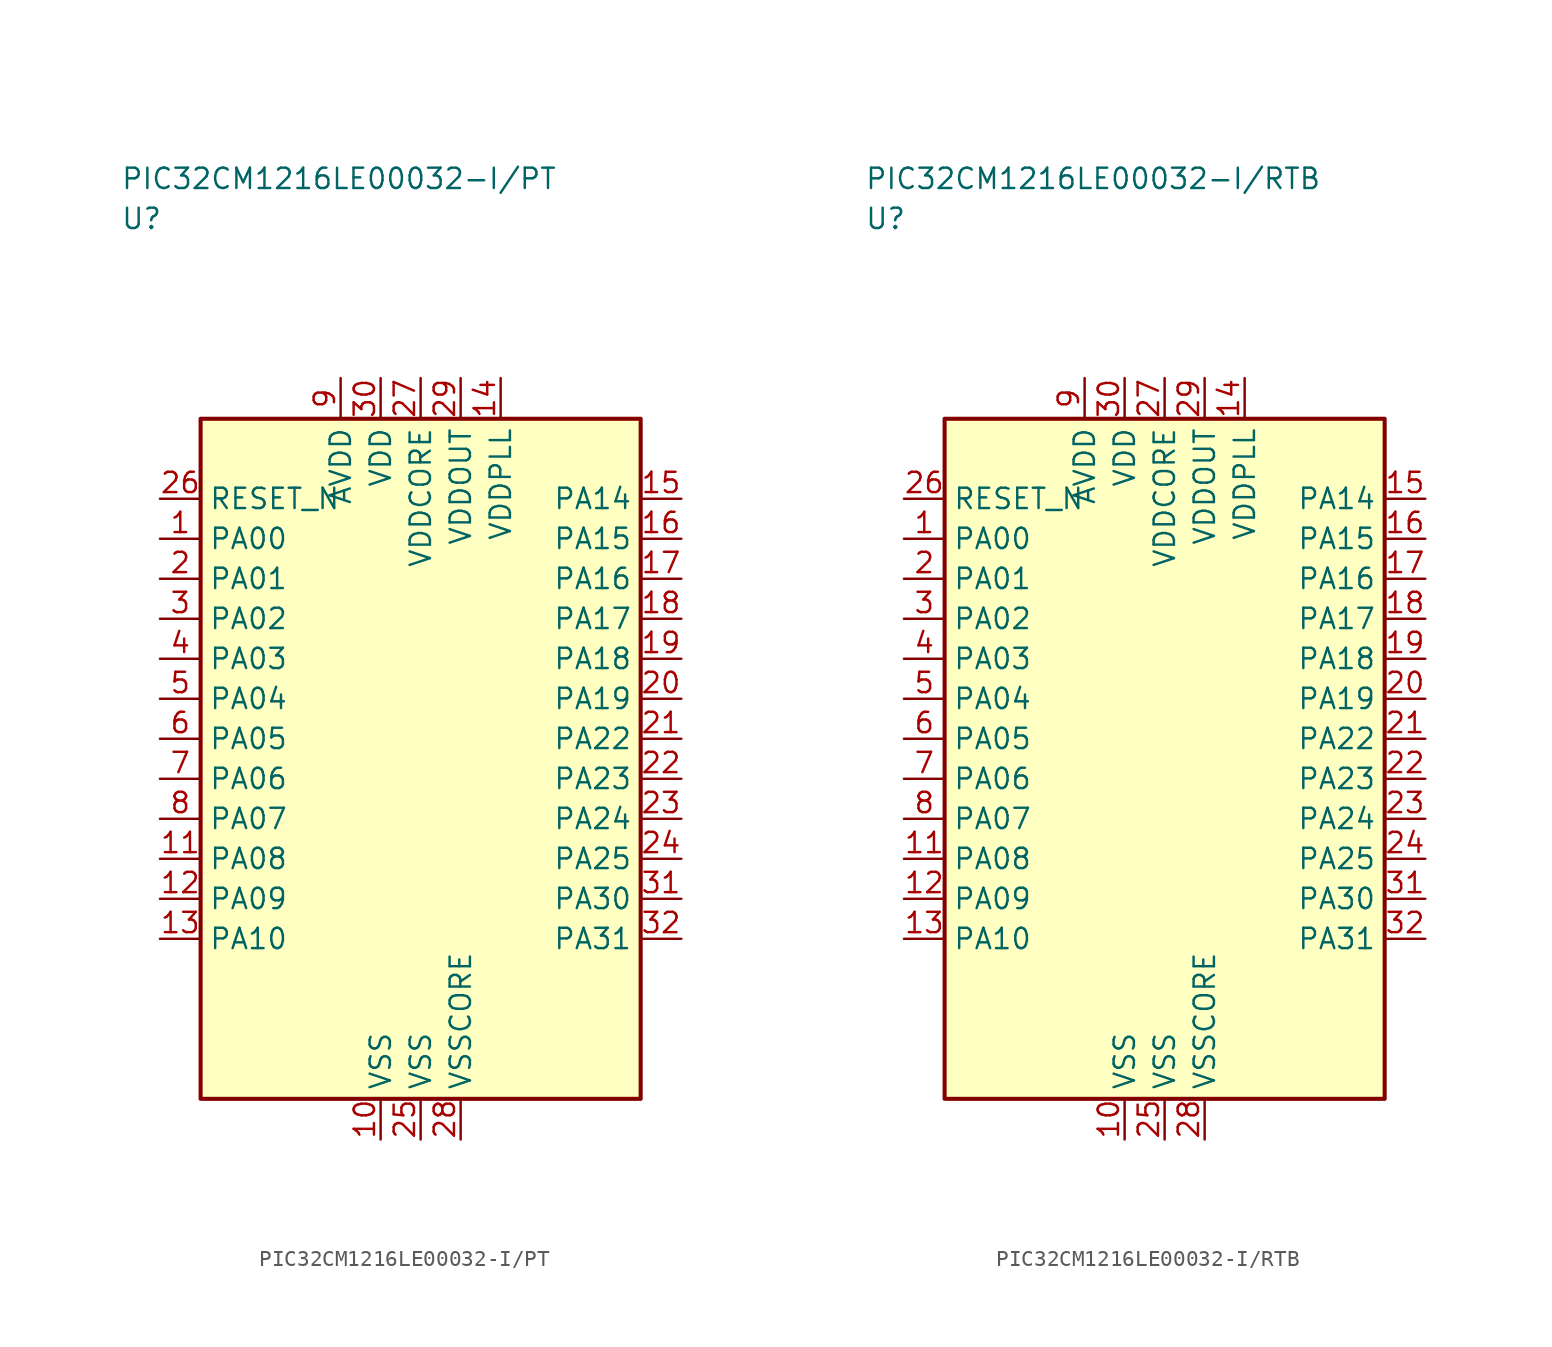
<source format=kicad_sym>
(kicad_symbol_lib
  (version 20241025)
  (generator "kicad_symbol_editor")
  (generator_version "8.0")
  (symbol "PIC32CM1216LE00032-I/PT"
    (property "Reference" "U"
      (at -18.75 33.75 0)
      (effects (font (size 1.27 1.27)) (justify left)))
    (property "Value" "PIC32CM1216LE00032-I/PT"
      (at -18.75 36.25 0)
      (effects (font (size 1.27 1.27)) (justify left)))
    (symbol "PIC32CM1216LE00032-I/PT_0_1"
      (rectangle (start -13.75 21.25) (end 13.75 -21.25) (stroke (width 0.254) (type default)) (fill (type background))))
    (symbol "PIC32CM1216LE00032-I/PT_1_1"
      (pin bidirectional line (at -16.29 13.75 0.0) (length 2.54) (name "PA00" (effects (font (size 1.27 1.27)))) (number "1" (effects (font (size 1.27 1.27)))))
      (pin bidirectional line (at -16.29 11.25 0.0) (length 2.54) (name "PA01" (effects (font (size 1.27 1.27)))) (number "2" (effects (font (size 1.27 1.27)))))
      (pin bidirectional line (at -16.29 8.75 0.0) (length 2.54) (name "PA02" (effects (font (size 1.27 1.27)))) (number "3" (effects (font (size 1.27 1.27)))))
      (pin bidirectional line (at -16.29 6.25 0.0) (length 2.54) (name "PA03" (effects (font (size 1.27 1.27)))) (number "4" (effects (font (size 1.27 1.27)))))
      (pin bidirectional line (at -16.29 3.75 0.0) (length 2.54) (name "PA04" (effects (font (size 1.27 1.27)))) (number "5" (effects (font (size 1.27 1.27)))))
      (pin bidirectional line (at -16.29 1.25 0.0) (length 2.54) (name "PA05" (effects (font (size 1.27 1.27)))) (number "6" (effects (font (size 1.27 1.27)))))
      (pin bidirectional line (at -16.29 -1.25 0.0) (length 2.54) (name "PA06" (effects (font (size 1.27 1.27)))) (number "7" (effects (font (size 1.27 1.27)))))
      (pin bidirectional line (at -16.29 -3.75 0.0) (length 2.54) (name "PA07" (effects (font (size 1.27 1.27)))) (number "8" (effects (font (size 1.27 1.27)))))
      (pin power_in line (at -5.0 23.79 270.0) (length 2.54) (name "AVDD" (effects (font (size 1.27 1.27)))) (number "9" (effects (font (size 1.27 1.27)))))
      (pin passive line (at -2.5 -23.79 90.0) (length 2.54) (name "VSS" (effects (font (size 1.27 1.27)))) (number "10" (effects (font (size 1.27 1.27)))))
      (pin bidirectional line (at -16.29 -6.25 0.0) (length 2.54) (name "PA08" (effects (font (size 1.27 1.27)))) (number "11" (effects (font (size 1.27 1.27)))))
      (pin bidirectional line (at -16.29 -8.75 0.0) (length 2.54) (name "PA09" (effects (font (size 1.27 1.27)))) (number "12" (effects (font (size 1.27 1.27)))))
      (pin bidirectional line (at -16.29 -11.25 0.0) (length 2.54) (name "PA10" (effects (font (size 1.27 1.27)))) (number "13" (effects (font (size 1.27 1.27)))))
      (pin power_in line (at 5.0 23.79 270.0) (length 2.54) (name "VDDPLL" (effects (font (size 1.27 1.27)))) (number "14" (effects (font (size 1.27 1.27)))))
      (pin bidirectional line (at 16.29 16.25 180.0) (length 2.54) (name "PA14" (effects (font (size 1.27 1.27)))) (number "15" (effects (font (size 1.27 1.27)))))
      (pin bidirectional line (at 16.29 13.75 180.0) (length 2.54) (name "PA15" (effects (font (size 1.27 1.27)))) (number "16" (effects (font (size 1.27 1.27)))))
      (pin bidirectional line (at 16.29 11.25 180.0) (length 2.54) (name "PA16" (effects (font (size 1.27 1.27)))) (number "17" (effects (font (size 1.27 1.27)))))
      (pin bidirectional line (at 16.29 8.75 180.0) (length 2.54) (name "PA17" (effects (font (size 1.27 1.27)))) (number "18" (effects (font (size 1.27 1.27)))))
      (pin bidirectional line (at 16.29 6.25 180.0) (length 2.54) (name "PA18" (effects (font (size 1.27 1.27)))) (number "19" (effects (font (size 1.27 1.27)))))
      (pin bidirectional line (at 16.29 3.75 180.0) (length 2.54) (name "PA19" (effects (font (size 1.27 1.27)))) (number "20" (effects (font (size 1.27 1.27)))))
      (pin bidirectional line (at 16.29 1.25 180.0) (length 2.54) (name "PA22" (effects (font (size 1.27 1.27)))) (number "21" (effects (font (size 1.27 1.27)))))
      (pin bidirectional line (at 16.29 -1.25 180.0) (length 2.54) (name "PA23" (effects (font (size 1.27 1.27)))) (number "22" (effects (font (size 1.27 1.27)))))
      (pin bidirectional line (at 16.29 -3.75 180.0) (length 2.54) (name "PA24" (effects (font (size 1.27 1.27)))) (number "23" (effects (font (size 1.27 1.27)))))
      (pin bidirectional line (at 16.29 -6.25 180.0) (length 2.54) (name "PA25" (effects (font (size 1.27 1.27)))) (number "24" (effects (font (size 1.27 1.27)))))
      (pin passive line (at 0.0 -23.79 90.0) (length 2.54) (name "VSS" (effects (font (size 1.27 1.27)))) (number "25" (effects (font (size 1.27 1.27)))))
      (pin input line (at -16.29 16.25 0.0) (length 2.54) (name "RESET_N" (effects (font (size 1.27 1.27)))) (number "26" (effects (font (size 1.27 1.27)))))
      (pin power_in line (at 0.0 23.79 270.0) (length 2.54) (name "VDDCORE" (effects (font (size 1.27 1.27)))) (number "27" (effects (font (size 1.27 1.27)))))
      (pin passive line (at 2.5 -23.79 90.0) (length 2.54) (name "VSSCORE" (effects (font (size 1.27 1.27)))) (number "28" (effects (font (size 1.27 1.27)))))
      (pin power_in line (at 2.5 23.79 270.0) (length 2.54) (name "VDDOUT" (effects (font (size 1.27 1.27)))) (number "29" (effects (font (size 1.27 1.27)))))
      (pin power_in line (at -2.5 23.79 270.0) (length 2.54) (name "VDD" (effects (font (size 1.27 1.27)))) (number "30" (effects (font (size 1.27 1.27)))))
      (pin bidirectional line (at 16.29 -8.75 180.0) (length 2.54) (name "PA30" (effects (font (size 1.27 1.27)))) (number "31" (effects (font (size 1.27 1.27)))))
      (pin bidirectional line (at 16.29 -11.25 180.0) (length 2.54) (name "PA31" (effects (font (size 1.27 1.27)))) (number "32" (effects (font (size 1.27 1.27)))))))
  (symbol "PIC32CM1216LE00032-I/RTB"
    (property "Reference" "U"
      (at -18.75 33.75 0)
      (effects (font (size 1.27 1.27)) (justify left)))
    (property "Value" "PIC32CM1216LE00032-I/RTB"
      (at -18.75 36.25 0)
      (effects (font (size 1.27 1.27)) (justify left)))
    (symbol "PIC32CM1216LE00032-I/RTB_0_1"
      (rectangle (start -13.75 21.25) (end 13.75 -21.25) (stroke (width 0.254) (type default)) (fill (type background))))
    (symbol "PIC32CM1216LE00032-I/RTB_1_1"
      (pin bidirectional line (at -16.29 13.75 0.0) (length 2.54) (name "PA00" (effects (font (size 1.27 1.27)))) (number "1" (effects (font (size 1.27 1.27)))))
      (pin bidirectional line (at -16.29 11.25 0.0) (length 2.54) (name "PA01" (effects (font (size 1.27 1.27)))) (number "2" (effects (font (size 1.27 1.27)))))
      (pin bidirectional line (at -16.29 8.75 0.0) (length 2.54) (name "PA02" (effects (font (size 1.27 1.27)))) (number "3" (effects (font (size 1.27 1.27)))))
      (pin bidirectional line (at -16.29 6.25 0.0) (length 2.54) (name "PA03" (effects (font (size 1.27 1.27)))) (number "4" (effects (font (size 1.27 1.27)))))
      (pin bidirectional line (at -16.29 3.75 0.0) (length 2.54) (name "PA04" (effects (font (size 1.27 1.27)))) (number "5" (effects (font (size 1.27 1.27)))))
      (pin bidirectional line (at -16.29 1.25 0.0) (length 2.54) (name "PA05" (effects (font (size 1.27 1.27)))) (number "6" (effects (font (size 1.27 1.27)))))
      (pin bidirectional line (at -16.29 -1.25 0.0) (length 2.54) (name "PA06" (effects (font (size 1.27 1.27)))) (number "7" (effects (font (size 1.27 1.27)))))
      (pin bidirectional line (at -16.29 -3.75 0.0) (length 2.54) (name "PA07" (effects (font (size 1.27 1.27)))) (number "8" (effects (font (size 1.27 1.27)))))
      (pin power_in line (at -5.0 23.79 270.0) (length 2.54) (name "AVDD" (effects (font (size 1.27 1.27)))) (number "9" (effects (font (size 1.27 1.27)))))
      (pin passive line (at -2.5 -23.79 90.0) (length 2.54) (name "VSS" (effects (font (size 1.27 1.27)))) (number "10" (effects (font (size 1.27 1.27)))))
      (pin bidirectional line (at -16.29 -6.25 0.0) (length 2.54) (name "PA08" (effects (font (size 1.27 1.27)))) (number "11" (effects (font (size 1.27 1.27)))))
      (pin bidirectional line (at -16.29 -8.75 0.0) (length 2.54) (name "PA09" (effects (font (size 1.27 1.27)))) (number "12" (effects (font (size 1.27 1.27)))))
      (pin bidirectional line (at -16.29 -11.25 0.0) (length 2.54) (name "PA10" (effects (font (size 1.27 1.27)))) (number "13" (effects (font (size 1.27 1.27)))))
      (pin power_in line (at 5.0 23.79 270.0) (length 2.54) (name "VDDPLL" (effects (font (size 1.27 1.27)))) (number "14" (effects (font (size 1.27 1.27)))))
      (pin bidirectional line (at 16.29 16.25 180.0) (length 2.54) (name "PA14" (effects (font (size 1.27 1.27)))) (number "15" (effects (font (size 1.27 1.27)))))
      (pin bidirectional line (at 16.29 13.75 180.0) (length 2.54) (name "PA15" (effects (font (size 1.27 1.27)))) (number "16" (effects (font (size 1.27 1.27)))))
      (pin bidirectional line (at 16.29 11.25 180.0) (length 2.54) (name "PA16" (effects (font (size 1.27 1.27)))) (number "17" (effects (font (size 1.27 1.27)))))
      (pin bidirectional line (at 16.29 8.75 180.0) (length 2.54) (name "PA17" (effects (font (size 1.27 1.27)))) (number "18" (effects (font (size 1.27 1.27)))))
      (pin bidirectional line (at 16.29 6.25 180.0) (length 2.54) (name "PA18" (effects (font (size 1.27 1.27)))) (number "19" (effects (font (size 1.27 1.27)))))
      (pin bidirectional line (at 16.29 3.75 180.0) (length 2.54) (name "PA19" (effects (font (size 1.27 1.27)))) (number "20" (effects (font (size 1.27 1.27)))))
      (pin bidirectional line (at 16.29 1.25 180.0) (length 2.54) (name "PA22" (effects (font (size 1.27 1.27)))) (number "21" (effects (font (size 1.27 1.27)))))
      (pin bidirectional line (at 16.29 -1.25 180.0) (length 2.54) (name "PA23" (effects (font (size 1.27 1.27)))) (number "22" (effects (font (size 1.27 1.27)))))
      (pin bidirectional line (at 16.29 -3.75 180.0) (length 2.54) (name "PA24" (effects (font (size 1.27 1.27)))) (number "23" (effects (font (size 1.27 1.27)))))
      (pin bidirectional line (at 16.29 -6.25 180.0) (length 2.54) (name "PA25" (effects (font (size 1.27 1.27)))) (number "24" (effects (font (size 1.27 1.27)))))
      (pin passive line (at 0.0 -23.79 90.0) (length 2.54) (name "VSS" (effects (font (size 1.27 1.27)))) (number "25" (effects (font (size 1.27 1.27)))))
      (pin input line (at -16.29 16.25 0.0) (length 2.54) (name "RESET_N" (effects (font (size 1.27 1.27)))) (number "26" (effects (font (size 1.27 1.27)))))
      (pin power_in line (at 0.0 23.79 270.0) (length 2.54) (name "VDDCORE" (effects (font (size 1.27 1.27)))) (number "27" (effects (font (size 1.27 1.27)))))
      (pin passive line (at 2.5 -23.79 90.0) (length 2.54) (name "VSSCORE" (effects (font (size 1.27 1.27)))) (number "28" (effects (font (size 1.27 1.27)))))
      (pin power_in line (at 2.5 23.79 270.0) (length 2.54) (name "VDDOUT" (effects (font (size 1.27 1.27)))) (number "29" (effects (font (size 1.27 1.27)))))
      (pin power_in line (at -2.5 23.79 270.0) (length 2.54) (name "VDD" (effects (font (size 1.27 1.27)))) (number "30" (effects (font (size 1.27 1.27)))))
      (pin bidirectional line (at 16.29 -8.75 180.0) (length 2.54) (name "PA30" (effects (font (size 1.27 1.27)))) (number "31" (effects (font (size 1.27 1.27)))))
      (pin bidirectional line (at 16.29 -11.25 180.0) (length 2.54) (name "PA31" (effects (font (size 1.27 1.27)))) (number "32" (effects (font (size 1.27 1.27))))))))
</source>
